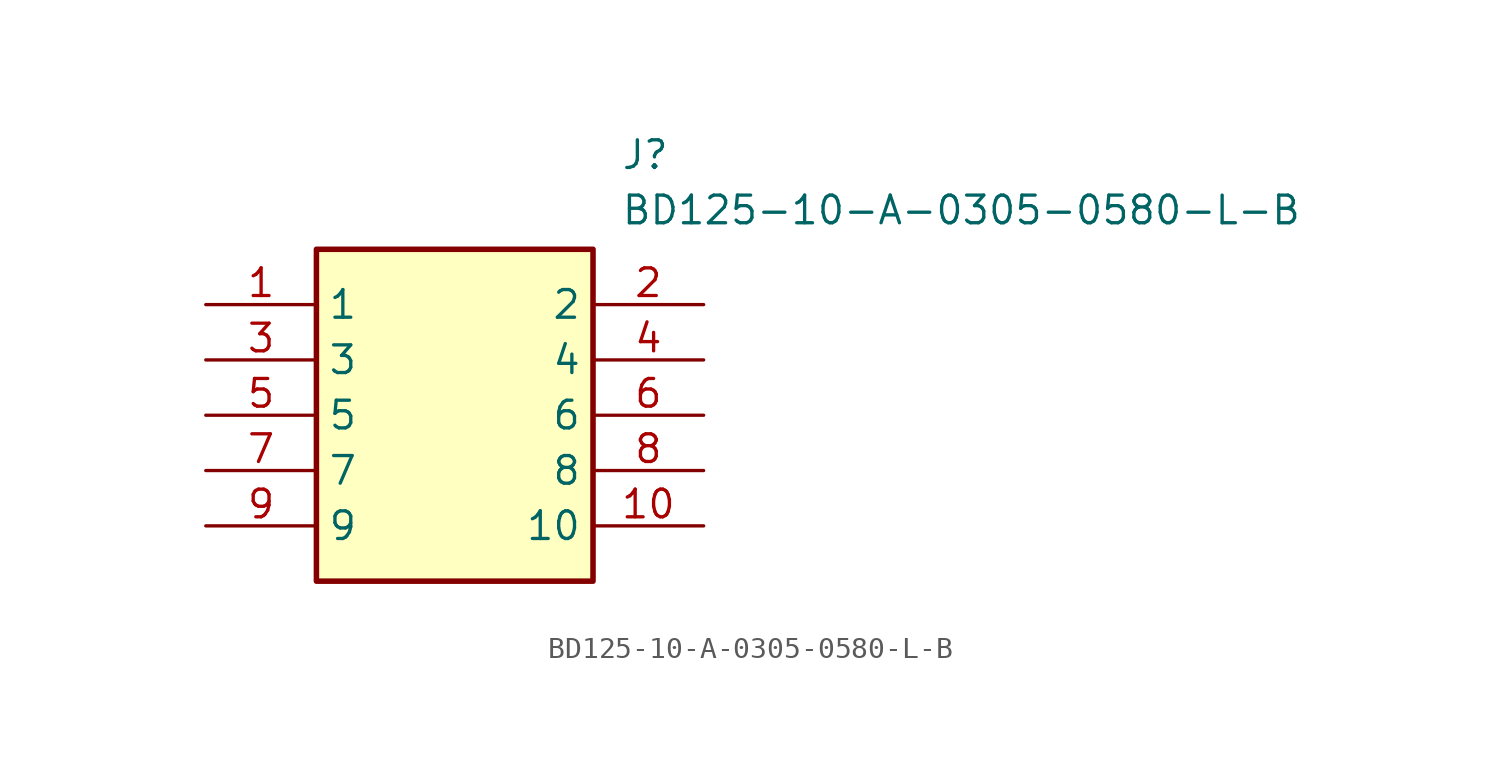
<source format=kicad_sym>
(kicad_symbol_lib
  (version 20211014)
  (generator SamacSys_ECAD_Model)
  (symbol "BD125-10-A-0305-0580-L-B"
    (property "Reference" "J"
      (at 19.05 7.62 0)
      (effects (font (size 1.27 1.27)) (justify left top)))
    (property "Value" "BD125-10-A-0305-0580-L-B"
      (at 19.05 5.08 0)
      (effects (font (size 1.27 1.27)) (justify left top)))
    (rectangle
      (start 5.08 2.54)
      (end 17.78 -12.7)
      (stroke (width 0.254) (type default))
      (fill (type background)))
    (pin passive line
      (at 0 0 0)
      (length 5.08)
      (name "1" (effects (font (size 1.27 1.27))))
      (number "1" (effects (font (size 1.27 1.27)))))
    (pin passive line
      (at 22.86 0 180)
      (length 5.08)
      (name "2" (effects (font (size 1.27 1.27))))
      (number "2" (effects (font (size 1.27 1.27)))))
    (pin passive line
      (at 0 -2.54 0)
      (length 5.08)
      (name "3" (effects (font (size 1.27 1.27))))
      (number "3" (effects (font (size 1.27 1.27)))))
    (pin passive line
      (at 22.86 -2.54 180)
      (length 5.08)
      (name "4" (effects (font (size 1.27 1.27))))
      (number "4" (effects (font (size 1.27 1.27)))))
    (pin passive line
      (at 0 -5.08 0)
      (length 5.08)
      (name "5" (effects (font (size 1.27 1.27))))
      (number "5" (effects (font (size 1.27 1.27)))))
    (pin passive line
      (at 22.86 -5.08 180)
      (length 5.08)
      (name "6" (effects (font (size 1.27 1.27))))
      (number "6" (effects (font (size 1.27 1.27)))))
    (pin passive line
      (at 0 -7.62 0)
      (length 5.08)
      (name "7" (effects (font (size 1.27 1.27))))
      (number "7" (effects (font (size 1.27 1.27)))))
    (pin passive line
      (at 22.86 -7.62 180)
      (length 5.08)
      (name "8" (effects (font (size 1.27 1.27))))
      (number "8" (effects (font (size 1.27 1.27)))))
    (pin passive line
      (at 0 -10.16 0)
      (length 5.08)
      (name "9" (effects (font (size 1.27 1.27))))
      (number "9" (effects (font (size 1.27 1.27)))))
    (pin passive line
      (at 22.86 -10.16 180)
      (length 5.08)
      (name "10" (effects (font (size 1.27 1.27))))
      (number "10" (effects (font (size 1.27 1.27)))))))
</source>
